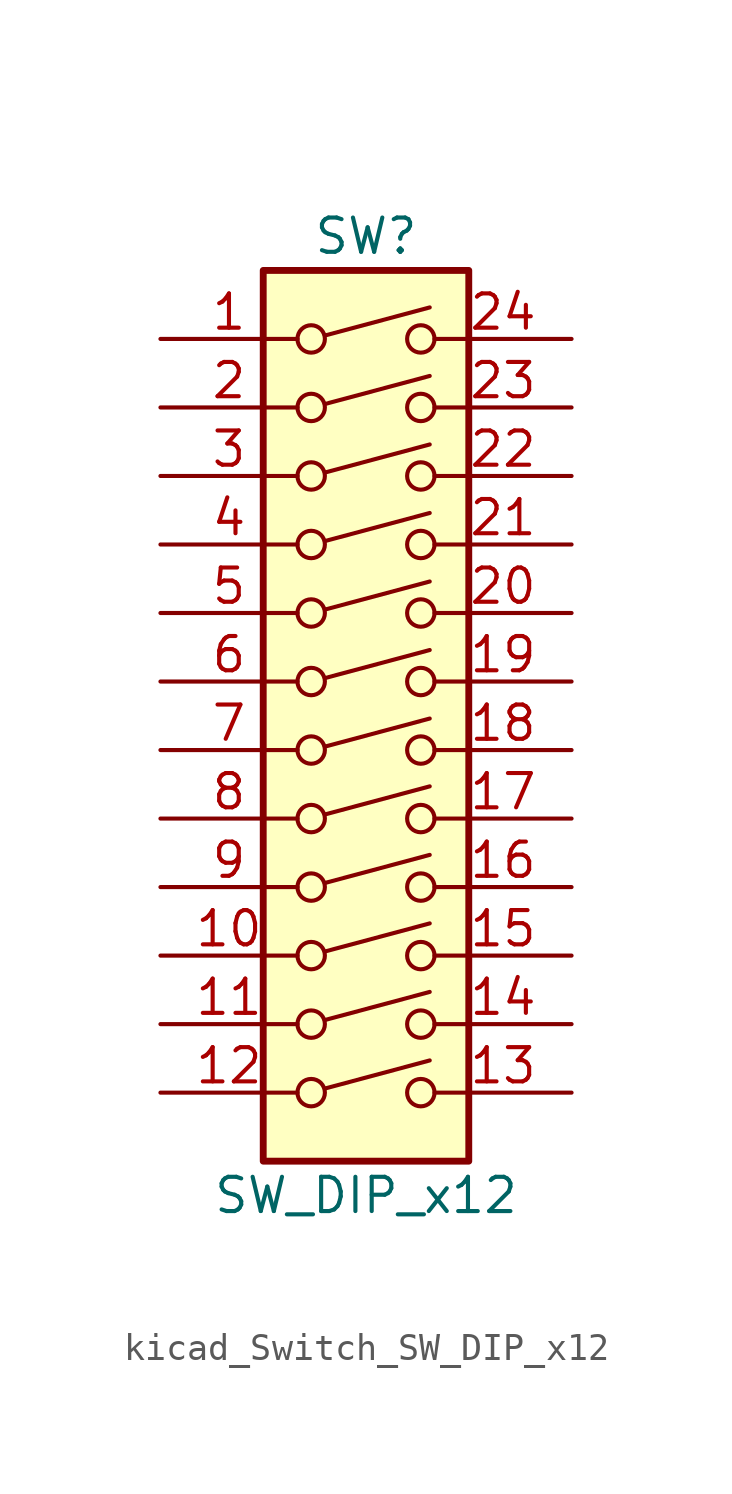
<source format=kicad_sym>
(kicad_symbol_lib
  (version 20220914)
  (generator kicad_symbol_editor)
  (symbol "kicad_Switch_SW_DIP_x12"
    (pin_names
      (offset 0) hide)
    (property "Reference" "SW"
      (at 0 19.05 0)
      (effects (font (size 1.27 1.27))))
    (property "Value" "SW_DIP_x12"
      (at 0 -16.51 0)
      (effects (font (size 1.27 1.27))))
    (symbol "kicad_Switch_SW_DIP_x12_0_0"
      (circle (center -2.032 -12.7) (radius 0.508) (stroke (width 0) (type default)) (fill (type none)))
      (circle (center -2.032 -10.16) (radius 0.508) (stroke (width 0) (type default)) (fill (type none)))
      (circle (center -2.032 -7.62) (radius 0.508) (stroke (width 0) (type default)) (fill (type none)))
      (circle (center -2.032 -5.08) (radius 0.508) (stroke (width 0) (type default)) (fill (type none)))
      (circle (center -2.032 -2.54) (radius 0.508) (stroke (width 0) (type default)) (fill (type none)))
      (circle (center -2.032 0) (radius 0.508) (stroke (width 0) (type default)) (fill (type none)))
      (circle (center -2.032 2.54) (radius 0.508) (stroke (width 0) (type default)) (fill (type none)))
      (circle (center -2.032 5.08) (radius 0.508) (stroke (width 0) (type default)) (fill (type none)))
      (circle (center -2.032 7.62) (radius 0.508) (stroke (width 0) (type default)) (fill (type none)))
      (circle (center -2.032 10.16) (radius 0.508) (stroke (width 0) (type default)) (fill (type none)))
      (circle (center -2.032 12.7) (radius 0.508) (stroke (width 0) (type default)) (fill (type none)))
      (circle (center -2.032 15.24) (radius 0.508) (stroke (width 0) (type default)) (fill (type none)))
      (polyline (pts (xy -1.524 -12.548) (xy 2.362 -11.506)) (stroke (width 0) (type default)) (fill (type none)))
      (polyline (pts (xy -1.524 -10.008) (xy 2.362 -8.966)) (stroke (width 0) (type default)) (fill (type none)))
      (polyline (pts (xy -1.524 -7.468) (xy 2.362 -6.426)) (stroke (width 0) (type default)) (fill (type none)))
      (polyline (pts (xy -1.524 -4.928) (xy 2.362 -3.886)) (stroke (width 0) (type default)) (fill (type none)))
      (polyline (pts (xy -1.524 -2.388) (xy 2.362 -1.346)) (stroke (width 0) (type default)) (fill (type none)))
      (polyline (pts (xy -1.524 0.127) (xy 2.362 1.168)) (stroke (width 0) (type default)) (fill (type none)))
      (polyline (pts (xy -1.524 2.667) (xy 2.362 3.708)) (stroke (width 0) (type default)) (fill (type none)))
      (polyline (pts (xy -1.524 5.207) (xy 2.362 6.248)) (stroke (width 0) (type default)) (fill (type none)))
      (polyline (pts (xy -1.524 7.747) (xy 2.362 8.788)) (stroke (width 0) (type default)) (fill (type none)))
      (polyline (pts (xy -1.524 10.287) (xy 2.362 11.328)) (stroke (width 0) (type default)) (fill (type none)))
      (polyline (pts (xy -1.524 12.827) (xy 2.362 13.868)) (stroke (width 0) (type default)) (fill (type none)))
      (polyline (pts (xy -1.524 15.367) (xy 2.362 16.408)) (stroke (width 0) (type default)) (fill (type none)))
      (circle (center 2.032 -12.7) (radius 0.508) (stroke (width 0) (type default)) (fill (type none)))
      (circle (center 2.032 -10.16) (radius 0.508) (stroke (width 0) (type default)) (fill (type none)))
      (circle (center 2.032 -7.62) (radius 0.508) (stroke (width 0) (type default)) (fill (type none)))
      (circle (center 2.032 -5.08) (radius 0.508) (stroke (width 0) (type default)) (fill (type none)))
      (circle (center 2.032 -2.54) (radius 0.508) (stroke (width 0) (type default)) (fill (type none)))
      (circle (center 2.032 0) (radius 0.508) (stroke (width 0) (type default)) (fill (type none)))
      (circle (center 2.032 2.54) (radius 0.508) (stroke (width 0) (type default)) (fill (type none)))
      (circle (center 2.032 5.08) (radius 0.508) (stroke (width 0) (type default)) (fill (type none)))
      (circle (center 2.032 7.62) (radius 0.508) (stroke (width 0) (type default)) (fill (type none)))
      (circle (center 2.032 10.16) (radius 0.508) (stroke (width 0) (type default)) (fill (type none)))
      (circle (center 2.032 12.7) (radius 0.508) (stroke (width 0) (type default)) (fill (type none)))
      (circle (center 2.032 15.24) (radius 0.508) (stroke (width 0) (type default)) (fill (type none))))
    (symbol "kicad_Switch_SW_DIP_x12_0_1"
      (rectangle (start -3.81 17.78) (end 3.81 -15.24) (stroke (width 0.254) (type default)) (fill (type background))))
    (symbol "kicad_Switch_SW_DIP_x12_1_1"
      (pin passive line (at -7.62 15.24 0) (length 5.08) (name "~" (effects (font (size 1.27 1.27)))) (number "1" (effects (font (size 1.27 1.27)))))
      (pin passive line (at -7.62 -7.62 0) (length 5.08) (name "~" (effects (font (size 1.27 1.27)))) (number "10" (effects (font (size 1.27 1.27)))))
      (pin passive line (at -7.62 -10.16 0) (length 5.08) (name "~" (effects (font (size 1.27 1.27)))) (number "11" (effects (font (size 1.27 1.27)))))
      (pin passive line (at -7.62 -12.7 0) (length 5.08) (name "~" (effects (font (size 1.27 1.27)))) (number "12" (effects (font (size 1.27 1.27)))))
      (pin passive line (at 7.62 -12.7 180) (length 5.08) (name "~" (effects (font (size 1.27 1.27)))) (number "13" (effects (font (size 1.27 1.27)))))
      (pin passive line (at 7.62 -10.16 180) (length 5.08) (name "~" (effects (font (size 1.27 1.27)))) (number "14" (effects (font (size 1.27 1.27)))))
      (pin passive line (at 7.62 -7.62 180) (length 5.08) (name "~" (effects (font (size 1.27 1.27)))) (number "15" (effects (font (size 1.27 1.27)))))
      (pin passive line (at 7.62 -5.08 180) (length 5.08) (name "~" (effects (font (size 1.27 1.27)))) (number "16" (effects (font (size 1.27 1.27)))))
      (pin passive line (at 7.62 -2.54 180) (length 5.08) (name "~" (effects (font (size 1.27 1.27)))) (number "17" (effects (font (size 1.27 1.27)))))
      (pin passive line (at 7.62 0 180) (length 5.08) (name "~" (effects (font (size 1.27 1.27)))) (number "18" (effects (font (size 1.27 1.27)))))
      (pin passive line (at 7.62 2.54 180) (length 5.08) (name "~" (effects (font (size 1.27 1.27)))) (number "19" (effects (font (size 1.27 1.27)))))
      (pin passive line (at -7.62 12.7 0) (length 5.08) (name "~" (effects (font (size 1.27 1.27)))) (number "2" (effects (font (size 1.27 1.27)))))
      (pin passive line (at 7.62 5.08 180) (length 5.08) (name "~" (effects (font (size 1.27 1.27)))) (number "20" (effects (font (size 1.27 1.27)))))
      (pin passive line (at 7.62 7.62 180) (length 5.08) (name "~" (effects (font (size 1.27 1.27)))) (number "21" (effects (font (size 1.27 1.27)))))
      (pin passive line (at 7.62 10.16 180) (length 5.08) (name "~" (effects (font (size 1.27 1.27)))) (number "22" (effects (font (size 1.27 1.27)))))
      (pin passive line (at 7.62 12.7 180) (length 5.08) (name "~" (effects (font (size 1.27 1.27)))) (number "23" (effects (font (size 1.27 1.27)))))
      (pin passive line (at 7.62 15.24 180) (length 5.08) (name "~" (effects (font (size 1.27 1.27)))) (number "24" (effects (font (size 1.27 1.27)))))
      (pin passive line (at -7.62 10.16 0) (length 5.08) (name "~" (effects (font (size 1.27 1.27)))) (number "3" (effects (font (size 1.27 1.27)))))
      (pin passive line (at -7.62 7.62 0) (length 5.08) (name "~" (effects (font (size 1.27 1.27)))) (number "4" (effects (font (size 1.27 1.27)))))
      (pin passive line (at -7.62 5.08 0) (length 5.08) (name "~" (effects (font (size 1.27 1.27)))) (number "5" (effects (font (size 1.27 1.27)))))
      (pin passive line (at -7.62 2.54 0) (length 5.08) (name "~" (effects (font (size 1.27 1.27)))) (number "6" (effects (font (size 1.27 1.27)))))
      (pin passive line (at -7.62 0 0) (length 5.08) (name "~" (effects (font (size 1.27 1.27)))) (number "7" (effects (font (size 1.27 1.27)))))
      (pin passive line (at -7.62 -2.54 0) (length 5.08) (name "~" (effects (font (size 1.27 1.27)))) (number "8" (effects (font (size 1.27 1.27)))))
      (pin passive line (at -7.62 -5.08 0) (length 5.08) (name "~" (effects (font (size 1.27 1.27)))) (number "9" (effects (font (size 1.27 1.27))))))))
</source>
